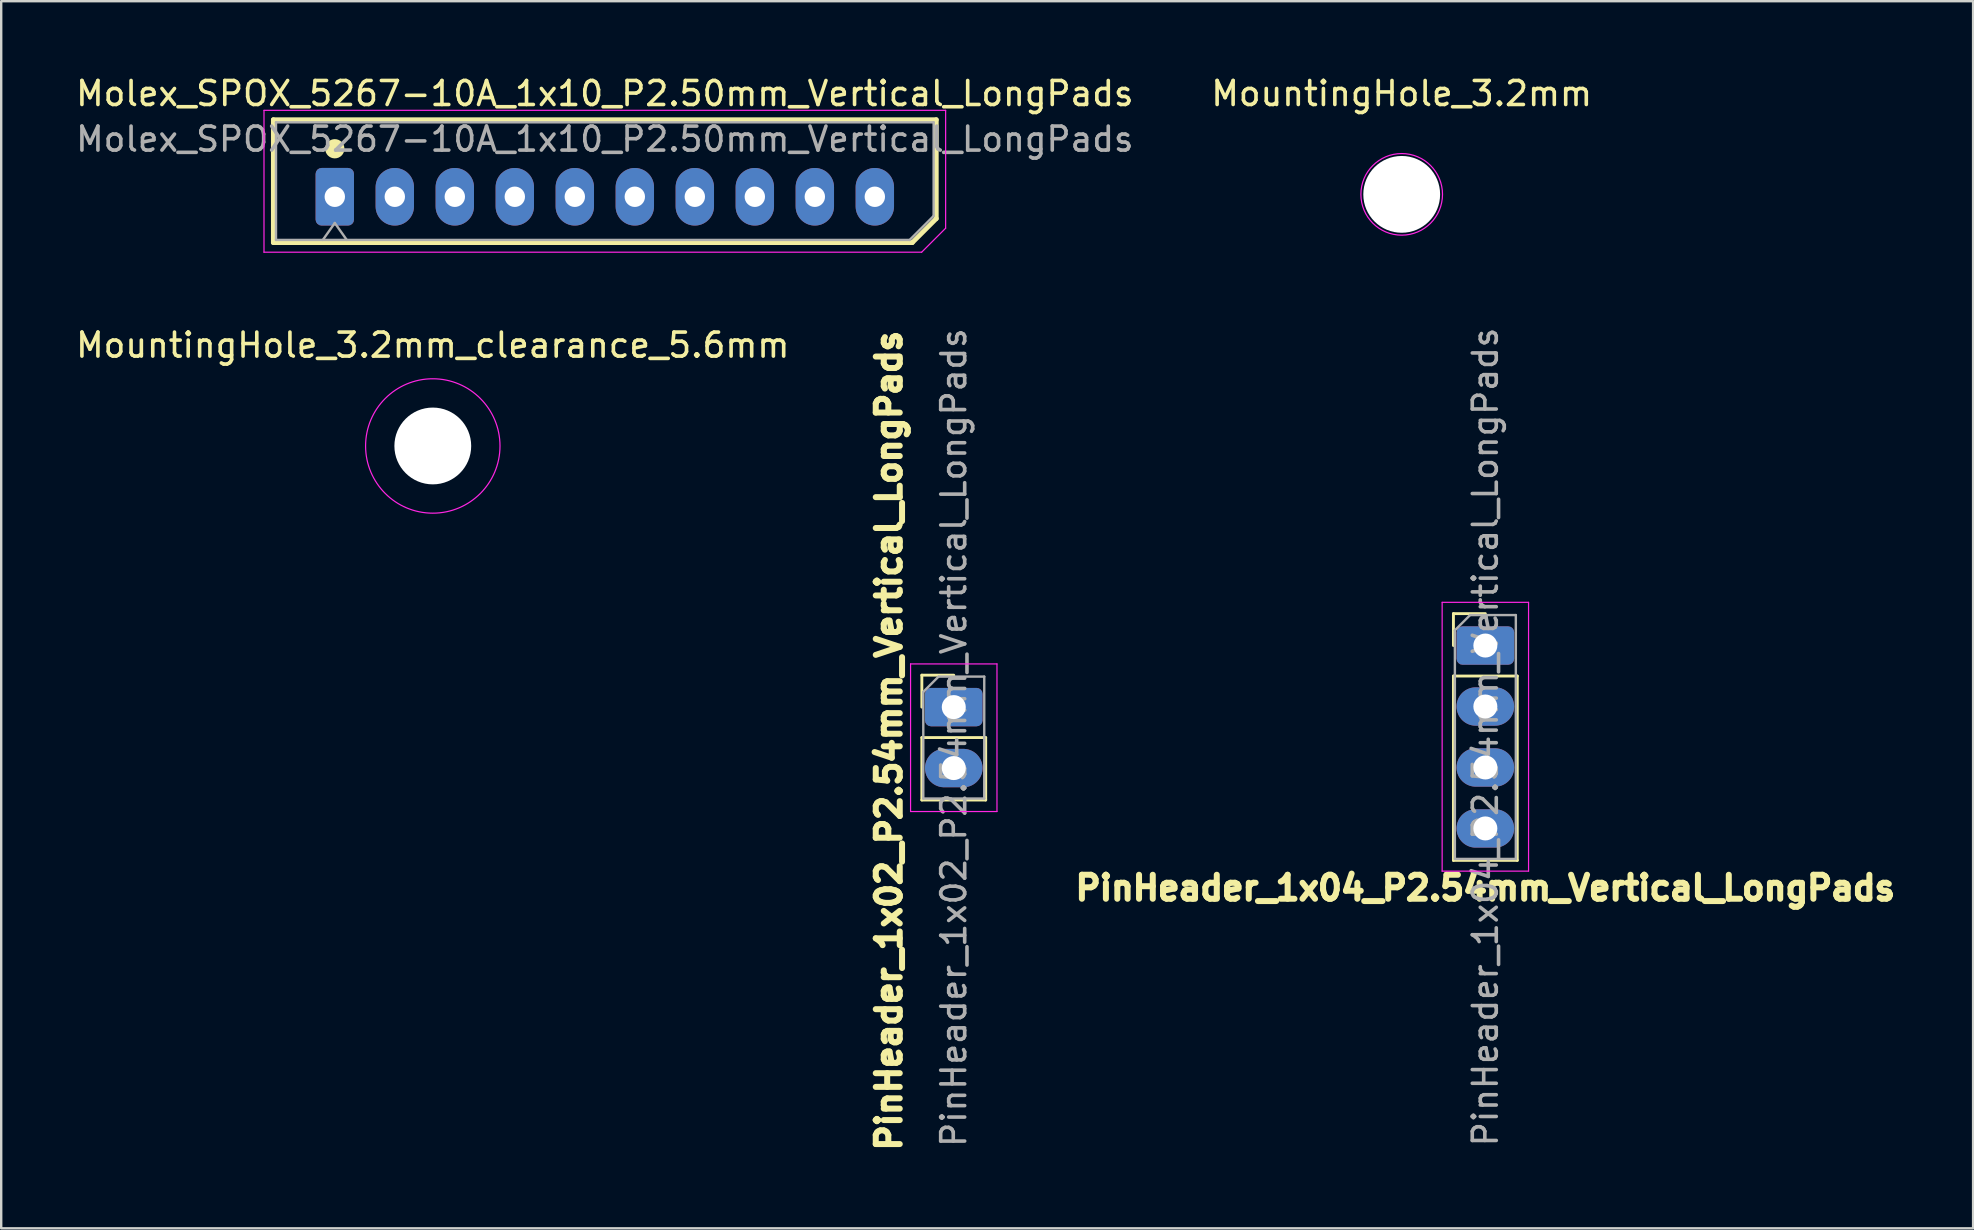
<source format=kicad_pcb>
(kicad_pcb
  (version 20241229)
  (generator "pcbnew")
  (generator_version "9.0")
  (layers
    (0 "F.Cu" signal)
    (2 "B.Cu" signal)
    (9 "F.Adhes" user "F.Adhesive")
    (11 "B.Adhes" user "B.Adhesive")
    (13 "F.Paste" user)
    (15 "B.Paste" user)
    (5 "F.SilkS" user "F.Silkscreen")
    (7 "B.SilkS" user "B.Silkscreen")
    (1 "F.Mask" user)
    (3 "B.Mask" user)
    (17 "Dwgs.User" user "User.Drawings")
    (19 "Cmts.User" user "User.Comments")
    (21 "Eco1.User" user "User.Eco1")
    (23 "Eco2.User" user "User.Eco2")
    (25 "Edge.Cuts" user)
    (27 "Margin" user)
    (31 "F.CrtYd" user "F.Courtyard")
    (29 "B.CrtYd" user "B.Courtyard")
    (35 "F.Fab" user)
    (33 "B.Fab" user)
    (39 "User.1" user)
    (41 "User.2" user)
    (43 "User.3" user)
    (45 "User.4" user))
  (footprint "MountingHole_3.2mm"
    (layer "F.Cu")
    (at 55.351 5.048)
    (property "Reference" "MountingHole_3.2mm" (at 0 -4.2 0) (layer "F.SilkS") (effects (font (size 1 1) (thickness 0.15))))
    (attr board_only exclude_from_pos_files exclude_from_bom)
    (fp_circle (center 0 0) (end 1.7 0) (stroke (width 0.05) (type solid)) (fill no) (layer "F.CrtYd"))
    (pad "" np_thru_hole circle (at 0 0) (size 3.2 3.2) (drill 3.2) (layers "*.Cu" "*.Mask")))
  (footprint "PinHeader_1x04_P2.54mm_Vertical_LongPads"
    (layer "F.Cu")
    (at 58.836 23.846)
    (property "Reference" "PinHeader_1x04_P2.54mm_Vertical_LongPads" (at 0 10.1 0) (layer "F.SilkS") (effects (font (size 1 1) (thickness 0.25) (bold yes))))
    (attr through_hole)
    (fp_line (start -1.33 -1.33) (end 0 -1.33) (stroke (width 0.12) (type solid)) (layer "F.SilkS"))
    (fp_line (start -1.33 0) (end -1.33 -1.33) (stroke (width 0.12) (type solid)) (layer "F.SilkS"))
    (fp_line (start -1.33 1.27) (end -1.33 8.95) (stroke (width 0.12) (type solid)) (layer "F.SilkS"))
    (fp_line (start -1.33 1.27) (end 1.33 1.27) (stroke (width 0.12) (type solid)) (layer "F.SilkS"))
    (fp_line (start -1.33 8.95) (end 1.33 8.95) (stroke (width 0.12) (type solid)) (layer "F.SilkS"))
    (fp_line (start 1.33 1.27) (end 1.33 8.95) (stroke (width 0.12) (type solid)) (layer "F.SilkS"))
    (fp_line (start -1.8 -1.8) (end -1.8 9.4) (stroke (width 0.05) (type solid)) (layer "F.CrtYd"))
    (fp_line (start -1.8 9.4) (end 1.8 9.4) (stroke (width 0.05) (type solid)) (layer "F.CrtYd"))
    (fp_line (start 1.8 -1.8) (end -1.8 -1.8) (stroke (width 0.05) (type solid)) (layer "F.CrtYd"))
    (fp_line (start 1.8 9.4) (end 1.8 -1.8) (stroke (width 0.05) (type solid)) (layer "F.CrtYd"))
    (fp_line (start -1.27 -0.635) (end -0.635 -1.27) (stroke (width 0.1) (type solid)) (layer "F.Fab"))
    (fp_line (start -1.27 8.89) (end -1.27 -0.635) (stroke (width 0.1) (type solid)) (layer "F.Fab"))
    (fp_line (start -0.635 -1.27) (end 1.27 -1.27) (stroke (width 0.1) (type solid)) (layer "F.Fab"))
    (fp_line (start 1.27 -1.27) (end 1.27 8.89) (stroke (width 0.1) (type solid)) (layer "F.Fab"))
    (fp_line (start 1.27 8.89) (end -1.27 8.89) (stroke (width 0.1) (type solid)) (layer "F.Fab"))
    (fp_text user "${REFERENCE}" (at 0 3.81 90) (layer "F.Fab") (effects (font (size 1 1) (thickness 0.15))))
    (pad "1" thru_hole roundrect (at 0 0) (size 2.4 1.6) (drill 1) (layers "*.Cu" "*.Mask") (roundrect_rratio 0.156))
    (pad "2" thru_hole oval (at 0 2.54) (size 2.4 1.6) (drill 1) (layers "*.Cu" "*.Mask"))
    (pad "3" thru_hole oval (at 0 5.08) (size 2.4 1.6) (drill 1) (layers "*.Cu" "*.Mask"))
    (pad "4" thru_hole oval (at 0 7.62) (size 2.4 1.6) (drill 1) (layers "*.Cu" "*.Mask")))
  (footprint "MountingHole_3.2mm_clearance_5.6mm"
    (layer "F.Cu")
    (at 14.982 15.531)
    (property "Reference" "MountingHole_3.2mm_clearance_5.6mm" (at 0 -4.2 0) (layer "F.SilkS") (effects (font (size 1 1) (thickness 0.15))))
    (attr board_only exclude_from_pos_files exclude_from_bom)
    (fp_circle (center 0 0) (end 2.8 0) (stroke (width 0.05) (type solid)) (fill no) (layer "F.CrtYd"))
    (pad "" np_thru_hole circle (at 0 0) (size 3.2 3.2) (drill 3.2) (layers "*.Cu" "*.Mask")))
  (footprint "PinHeader_1x02_P2.54mm_Vertical_LongPads"
    (layer "F.Cu")
    (at 36.688 26.411)
    (property "Reference" "PinHeader_1x02_P2.54mm_Vertical_LongPads" (at -2.7 1.395 90) (layer "F.SilkS") (effects (font (size 1 1) (thickness 0.25) (bold yes))))
    (attr through_hole)
    (fp_line (start -1.33 -1.33) (end 0 -1.33) (stroke (width 0.12) (type solid)) (layer "F.SilkS"))
    (fp_line (start -1.33 0) (end -1.33 -1.33) (stroke (width 0.12) (type solid)) (layer "F.SilkS"))
    (fp_line (start -1.33 1.27) (end -1.33 3.87) (stroke (width 0.12) (type solid)) (layer "F.SilkS"))
    (fp_line (start -1.33 1.27) (end 1.33 1.27) (stroke (width 0.12) (type solid)) (layer "F.SilkS"))
    (fp_line (start -1.33 3.87) (end 1.33 3.87) (stroke (width 0.12) (type solid)) (layer "F.SilkS"))
    (fp_line (start 1.33 1.27) (end 1.33 3.87) (stroke (width 0.12) (type solid)) (layer "F.SilkS"))
    (fp_line (start -1.8 -1.8) (end -1.8 4.35) (stroke (width 0.05) (type solid)) (layer "F.CrtYd"))
    (fp_line (start -1.8 4.35) (end 1.8 4.35) (stroke (width 0.05) (type solid)) (layer "F.CrtYd"))
    (fp_line (start 1.8 -1.8) (end -1.8 -1.8) (stroke (width 0.05) (type solid)) (layer "F.CrtYd"))
    (fp_line (start 1.8 4.35) (end 1.8 -1.8) (stroke (width 0.05) (type solid)) (layer "F.CrtYd"))
    (fp_line (start -1.27 -0.635) (end -0.635 -1.27) (stroke (width 0.1) (type solid)) (layer "F.Fab"))
    (fp_line (start -1.27 3.81) (end -1.27 -0.635) (stroke (width 0.1) (type solid)) (layer "F.Fab"))
    (fp_line (start -0.635 -1.27) (end 1.27 -1.27) (stroke (width 0.1) (type solid)) (layer "F.Fab"))
    (fp_line (start 1.27 -1.27) (end 1.27 3.81) (stroke (width 0.1) (type solid)) (layer "F.Fab"))
    (fp_line (start 1.27 3.81) (end -1.27 3.81) (stroke (width 0.1) (type solid)) (layer "F.Fab"))
    (fp_text user "${REFERENCE}" (at 0 1.27 270) (layer "F.Fab") (effects (font (size 1 1) (thickness 0.15))))
    (pad "1" thru_hole roundrect (at 0 0) (size 2.4 1.6) (drill 1) (layers "*.Cu" "*.Mask") (roundrect_rratio 0.156))
    (pad "2" thru_hole oval (at 0 2.54) (size 2.4 1.6) (drill 1) (layers "*.Cu" "*.Mask")))
  (footprint "Molex_SPOX_5267-10A_1x10_P2.50mm_Vertical_LongPads"
    (layer "F.Cu")
    (at 10.899 5.148)
    (property "Reference" "Molex_SPOX_5267-10A_1x10_P2.50mm_Vertical_LongPads" (at 11.25 -4.3 0) (layer "F.SilkS") (effects (font (size 1 1) (thickness 0.15))))
    (attr through_hole)
    (fp_line (start -2.56 -3.21) (end -2.56 1.91) (stroke (width 0.2) (type solid)) (layer "F.SilkS"))
    (fp_line (start -2.56 1.91) (end 24.06 1.91) (stroke (width 0.2) (type solid)) (layer "F.SilkS"))
    (fp_line (start 24.06 1.91) (end 25.06 0.91) (stroke (width 0.2) (type solid)) (layer "F.SilkS"))
    (fp_line (start 25.06 -3.21) (end -2.56 -3.21) (stroke (width 0.2) (type solid)) (layer "F.SilkS"))
    (fp_line (start 25.06 0.91) (end 25.06 -3.21) (stroke (width 0.2) (type solid)) (layer "F.SilkS"))
    (fp_circle (center 0 -2) (end 0.001 -2) (stroke (width 0.4) (type solid)) (fill no) (layer "F.SilkS"))
    (fp_line (start -2.95 -3.6) (end -2.95 2.31) (stroke (width 0.05) (type solid)) (layer "F.CrtYd"))
    (fp_line (start -2.95 2.31) (end 24.45 2.31) (stroke (width 0.05) (type solid)) (layer "F.CrtYd"))
    (fp_line (start 24.45 2.31) (end 25.45 1.31) (stroke (width 0.05) (type solid)) (layer "F.CrtYd"))
    (fp_line (start 25.45 -3.6) (end -2.95 -3.6) (stroke (width 0.05) (type solid)) (layer "F.CrtYd"))
    (fp_line (start 25.45 1.31) (end 25.45 -3.6) (stroke (width 0.05) (type solid)) (layer "F.CrtYd"))
    (fp_line (start -2.45 -3.1) (end -2.45 1.8) (stroke (width 0.1) (type solid)) (layer "F.Fab"))
    (fp_line (start -2.45 1.8) (end 23.95 1.8) (stroke (width 0.1) (type solid)) (layer "F.Fab"))
    (fp_line (start -0.5 1.8) (end 0 1.093) (stroke (width 0.1) (type solid)) (layer "F.Fab"))
    (fp_line (start 0 1.093) (end 0.5 1.8) (stroke (width 0.1) (type solid)) (layer "F.Fab"))
    (fp_line (start 23.95 1.8) (end 24.95 0.8) (stroke (width 0.1) (type solid)) (layer "F.Fab"))
    (fp_line (start 24.95 -3.1) (end -2.45 -3.1) (stroke (width 0.1) (type solid)) (layer "F.Fab"))
    (fp_line (start 24.95 0.8) (end 24.95 -3.1) (stroke (width 0.1) (type solid)) (layer "F.Fab"))
    (fp_text user "${REFERENCE}" (at 11.25 -2.4 0) (layer "F.Fab") (effects (font (size 1 1) (thickness 0.15))))
    (pad "1" thru_hole roundrect (at 0 0) (size 1.6 2.4) (drill 0.85) (layers "*.Cu" "*.Mask") (roundrect_rratio 0.156))
    (pad "2" thru_hole oval (at 2.5 0) (size 1.6 2.4) (drill 0.85) (layers "*.Cu" "*.Mask"))
    (pad "3" thru_hole oval (at 5 0) (size 1.6 2.4) (drill 0.85) (layers "*.Cu" "*.Mask"))
    (pad "4" thru_hole oval (at 7.5 0) (size 1.6 2.4) (drill 0.85) (layers "*.Cu" "*.Mask"))
    (pad "5" thru_hole oval (at 10 0) (size 1.6 2.4) (drill 0.85) (layers "*.Cu" "*.Mask"))
    (pad "6" thru_hole oval (at 12.5 0) (size 1.6 2.4) (drill 0.85) (layers "*.Cu" "*.Mask"))
    (pad "7" thru_hole oval (at 15 0) (size 1.6 2.4) (drill 0.85) (layers "*.Cu" "*.Mask"))
    (pad "8" thru_hole oval (at 17.5 0) (size 1.6 2.4) (drill 0.85) (layers "*.Cu" "*.Mask"))
    (pad "9" thru_hole oval (at 20 0) (size 1.6 2.4) (drill 0.85) (layers "*.Cu" "*.Mask"))
    (pad "10" thru_hole oval (at 22.5 0) (size 1.6 2.4) (drill 0.85) (layers "*.Cu" "*.Mask")))
  (gr_rect
    (start -3 -3)
    (end 79.158 48.128)
    (stroke (width 0.1) (type default))
    (fill no)
    (layer "Edge.Cuts")))
</source>
